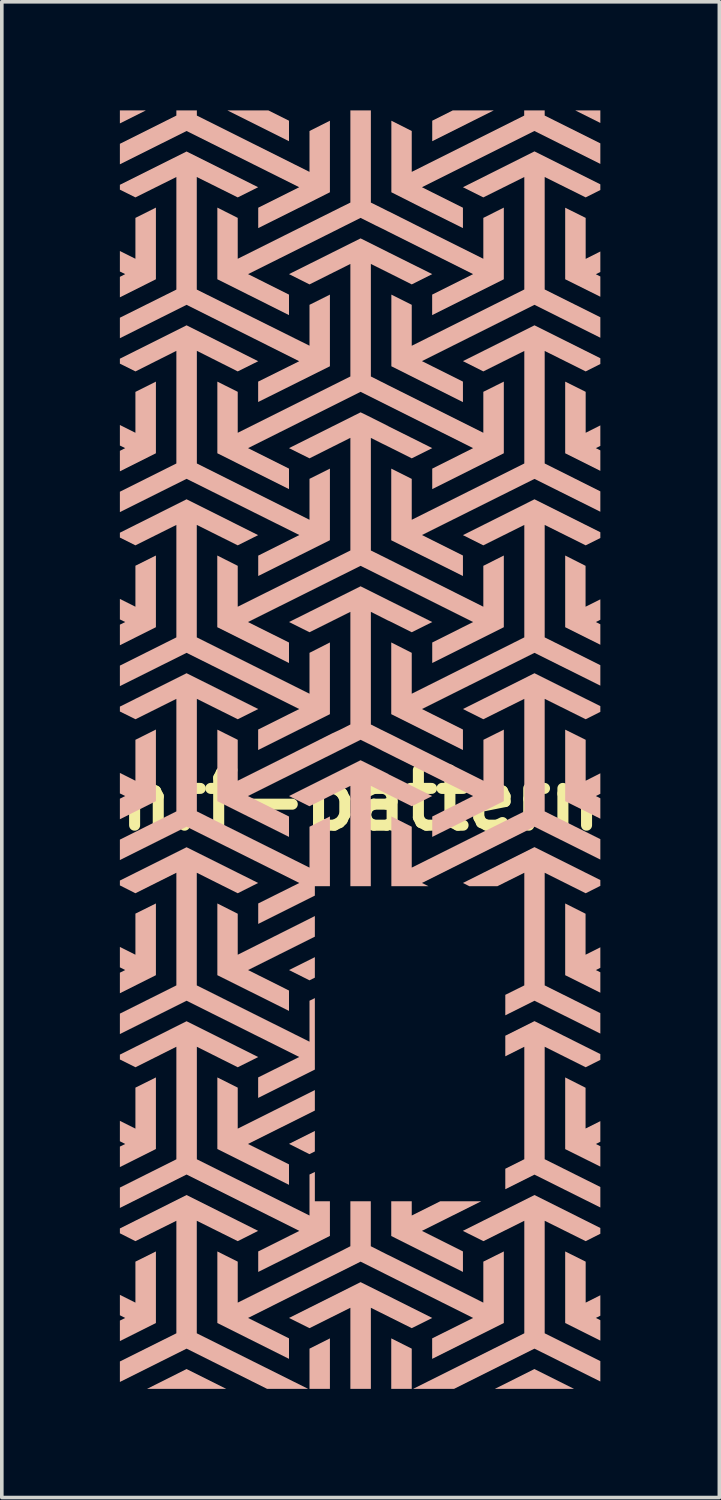
<source format=kicad_pcb>
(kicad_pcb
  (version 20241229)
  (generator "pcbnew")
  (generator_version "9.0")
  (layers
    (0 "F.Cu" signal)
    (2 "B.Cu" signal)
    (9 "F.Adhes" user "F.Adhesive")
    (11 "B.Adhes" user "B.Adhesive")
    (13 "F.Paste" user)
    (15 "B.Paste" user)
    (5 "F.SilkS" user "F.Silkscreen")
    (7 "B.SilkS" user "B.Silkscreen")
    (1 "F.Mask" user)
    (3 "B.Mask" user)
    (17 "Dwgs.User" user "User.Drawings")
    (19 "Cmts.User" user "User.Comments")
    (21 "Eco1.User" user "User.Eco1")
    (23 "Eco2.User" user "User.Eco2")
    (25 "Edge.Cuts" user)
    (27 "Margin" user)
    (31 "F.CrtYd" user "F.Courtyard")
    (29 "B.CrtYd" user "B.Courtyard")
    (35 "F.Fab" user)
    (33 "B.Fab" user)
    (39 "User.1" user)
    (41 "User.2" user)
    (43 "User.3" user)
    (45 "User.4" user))
  (footprint "nrf-pattern"
    (layer "F.Cu")
    (at 6.909 17.152)
    (property "Reference" "nrf-pattern" (at 0 1.9 0) (layer "F.SilkS") (effects (font (size 1.524 1.524) (thickness 0.305))))
    (attr exclude_from_pos_files exclude_from_bom)
    (fp_poly (pts (xy -6.648 -17.152) (xy -6.648 -16.793) (xy -5.932 -17.152) (xy -6.648 -17.152)) (stroke (width 0) (type solid)) (fill yes) (layer "B.SilkS"))
    (fp_poly (pts (xy -4.806 17.61) (xy -5.899 18.158) (xy -3.71 18.158) (xy -4.806 17.61)) (stroke (width 0) (type solid)) (fill yes) (layer "B.SilkS"))
    (fp_poly (pts (xy 4.801 17.61) (xy 3.708 18.158) (xy 5.896 18.158) (xy 4.801 17.61)) (stroke (width 0) (type solid)) (fill yes) (layer "B.SilkS"))
    (fp_poly (pts (xy 5.93 -17.152) (xy 6.622 -16.806) (xy 6.622 -17.152) (xy 5.93 -17.152)) (stroke (width 0) (type solid)) (fill yes) (layer "B.SilkS"))
    (fp_poly (pts (xy -3.677 -17.152) (xy -1.977 -16.302) (xy -1.977 -16.868) (xy -2.545 -17.152) (xy -3.677 -17.152)) (stroke (width 0) (type solid)) (fill yes) (layer "B.SilkS"))
    (fp_poly (pts (xy -1.263 6.234) (xy -1.977 6.59) (xy -1.411 6.874) (xy -1.263 6.8) (xy -1.263 6.234)) (stroke (width 0) (type solid)) (fill yes) (layer "B.SilkS"))
    (fp_poly (pts (xy -1.263 11.034) (xy -1.977 11.391) (xy -1.413 11.675) (xy -1.263 11.6) (xy -1.263 11.034)) (stroke (width 0) (type solid)) (fill yes) (layer "B.SilkS"))
    (fp_poly (pts (xy -0.847 16.763) (xy -1.411 17.047) (xy -1.411 18.158) (xy -0.847 18.158) (xy -0.847 16.763)) (stroke (width 0) (type solid)) (fill yes) (layer "B.SilkS"))
    (fp_poly (pts (xy 0.847 16.763) (xy 0.847 18.158) (xy 1.413 18.158) (xy 1.413 17.047) (xy 0.847 16.763)) (stroke (width 0) (type solid)) (fill yes) (layer "B.SilkS"))
    (fp_poly (pts (xy 2.545 -17.152) (xy 1.979 -16.868) (xy 1.979 -16.302) (xy 3.677 -17.152) (xy 2.545 -17.152)) (stroke (width 0) (type solid)) (fill yes) (layer "B.SilkS"))
    (fp_poly (pts (xy -5.653 -14.468) (xy -6.219 -14.184) (xy -6.219 -13.055) (xy -6.648 -13.269) (xy -6.648 -12.703) (xy -6.501 -12.631) (xy -6.648 -12.556) (xy -6.648 -11.99) (xy -5.653 -12.489) (xy -5.653 -14.468)) (stroke (width 0) (type solid)) (fill yes) (layer "B.SilkS"))
    (fp_poly (pts (xy -5.653 -9.662) (xy -6.219 -9.378) (xy -6.219 -8.249) (xy -6.648 -8.463) (xy -6.648 -7.897) (xy -6.501 -7.825) (xy -6.648 -7.75) (xy -6.648 -7.184) (xy -5.653 -7.683) (xy -5.653 -9.662)) (stroke (width 0) (type solid)) (fill yes) (layer "B.SilkS"))
    (fp_poly (pts (xy -5.653 -4.859) (xy -6.219 -4.577) (xy -6.219 -3.445) (xy -6.648 -3.66) (xy -6.648 -3.094) (xy -6.501 -3.022) (xy -6.648 -2.949) (xy -6.648 -2.381) (xy -5.653 -2.879) (xy -5.653 -4.859)) (stroke (width 0) (type solid)) (fill yes) (layer "B.SilkS"))
    (fp_poly (pts (xy -5.653 -0.053) (xy -6.219 0.231) (xy -6.219 1.361) (xy -6.648 1.146) (xy -6.648 1.712) (xy -6.501 1.784) (xy -6.648 1.857) (xy -6.648 2.425) (xy -5.653 1.926) (xy -5.653 -0.053)) (stroke (width 0) (type solid)) (fill yes) (layer "B.SilkS"))
    (fp_poly (pts (xy -5.653 4.751) (xy -6.219 5.032) (xy -6.219 6.167) (xy -6.648 5.952) (xy -6.648 6.515) (xy -6.501 6.59) (xy -6.648 6.663) (xy -6.648 7.231) (xy -5.653 6.732) (xy -5.653 4.751)) (stroke (width 0) (type solid)) (fill yes) (layer "B.SilkS"))
    (fp_poly (pts (xy -5.653 9.556) (xy -6.219 9.838) (xy -6.219 10.97) (xy -6.648 10.755) (xy -6.648 11.319) (xy -6.501 11.394) (xy -6.648 11.466) (xy -6.648 12.032) (xy -5.653 11.533) (xy -5.653 9.556)) (stroke (width 0) (type solid)) (fill yes) (layer "B.SilkS"))
    (fp_poly (pts (xy -5.653 14.362) (xy -6.219 14.644) (xy -6.219 15.776) (xy -6.648 15.561) (xy -6.648 16.125) (xy -6.501 16.199) (xy -6.648 16.272) (xy -6.648 16.838) (xy -5.653 16.339) (xy -5.653 14.362)) (stroke (width 0) (type solid)) (fill yes) (layer "B.SilkS"))
    (fp_poly (pts (xy -3.956 4.751) (xy -3.956 6.732) (xy -1.977 7.719) (xy -1.977 7.156) (xy -3.108 6.59) (xy -1.263 5.668) (xy -1.263 5.099) (xy -3.393 6.167) (xy -3.393 5.035) (xy -3.956 4.751)) (stroke (width 0) (type solid)) (fill yes) (layer "B.SilkS"))
    (fp_poly (pts (xy -3.956 9.556) (xy -3.956 11.533) (xy -1.977 12.523) (xy -1.977 11.957) (xy -3.111 11.394) (xy -1.263 10.471) (xy -1.263 9.905) (xy -3.393 10.97) (xy -3.393 9.838) (xy -3.956 9.556)) (stroke (width 0) (type solid)) (fill yes) (layer "B.SilkS"))
    (fp_poly (pts (xy 5.651 -14.465) (xy 5.651 -12.489) (xy 6.622 -12.006) (xy 6.622 -12.566) (xy 6.498 -12.628) (xy 6.622 -12.69) (xy 6.622 -13.256) (xy 6.217 -13.052) (xy 6.217 -14.184) (xy 5.651 -14.465)) (stroke (width 0) (type solid)) (fill yes) (layer "B.SilkS"))
    (fp_poly (pts (xy 5.651 -9.662) (xy 5.651 -7.683) (xy 6.622 -7.197) (xy 6.622 -7.763) (xy 6.498 -7.825) (xy 6.622 -7.887) (xy 6.622 -8.453) (xy 6.217 -8.249) (xy 6.217 -9.38) (xy 5.651 -9.662)) (stroke (width 0) (type solid)) (fill yes) (layer "B.SilkS"))
    (fp_poly (pts (xy 5.651 -4.859) (xy 5.651 -2.879) (xy 6.622 -2.394) (xy 6.622 -2.96) (xy 6.498 -3.022) (xy 6.622 -3.084) (xy 6.622 -3.649) (xy 6.214 -3.445) (xy 6.214 -4.574) (xy 5.651 -4.859)) (stroke (width 0) (type solid)) (fill yes) (layer "B.SilkS"))
    (fp_poly (pts (xy 5.651 -0.05) (xy 5.651 1.926) (xy 6.622 2.41) (xy 6.622 1.846) (xy 6.498 1.784) (xy 6.622 1.722) (xy 6.622 1.156) (xy 6.217 1.361) (xy 6.217 0.231) (xy 5.651 -0.05)) (stroke (width 0) (type solid)) (fill yes) (layer "B.SilkS"))
    (fp_poly (pts (xy 5.651 4.751) (xy 5.651 6.732) (xy 6.622 7.216) (xy 6.622 6.652) (xy 6.498 6.59) (xy 6.622 6.528) (xy 6.622 5.962) (xy 6.214 6.167) (xy 6.214 5.035) (xy 5.651 4.751)) (stroke (width 0) (type solid)) (fill yes) (layer "B.SilkS"))
    (fp_poly (pts (xy 5.651 9.556) (xy 5.651 11.536) (xy 6.622 12.019) (xy 6.622 11.456) (xy 6.498 11.394) (xy 6.622 11.332) (xy 6.622 10.763) (xy 6.214 10.967) (xy 6.214 9.841) (xy 5.651 9.556)) (stroke (width 0) (type solid)) (fill yes) (layer "B.SilkS"))
    (fp_poly (pts (xy 5.651 14.362) (xy 5.651 16.339) (xy 6.622 16.825) (xy 6.622 16.261) (xy 6.498 16.199) (xy 6.622 16.137) (xy 6.622 15.572) (xy 6.217 15.776) (xy 6.217 14.644) (xy 5.651 14.362)) (stroke (width 0) (type solid)) (fill yes) (layer "B.SilkS"))
    (fp_poly (pts (xy 0 15.21) (xy -1.977 16.199) (xy -1.411 16.481) (xy -0.282 15.918) (xy -0.282 18.158) (xy 0.284 18.158) (xy 0.284 15.918) (xy 1.413 16.481) (xy 1.979 16.199) (xy 0.767 15.592) (xy 0 15.21)) (stroke (width 0) (type solid)) (fill yes) (layer "B.SilkS"))
    (fp_poly (pts (xy 0 0.795) (xy -1.977 1.784) (xy -1.413 2.066) (xy -0.282 1.503) (xy -0.282 4.275) (xy 0.282 4.275) (xy 0.282 1.503) (xy 1.413 2.066) (xy 1.977 1.784) (xy 0.77 1.182) (xy 0.77 1.177) (xy 0 0.795)) (stroke (width 0) (type solid)) (fill yes) (layer "B.SilkS"))
    (fp_poly (pts (xy 0.847 12.977) (xy 0.847 13.595) (xy 0.847 13.936) (xy 1.695 14.362) (xy 2.827 14.928) (xy 2.827 14.362) (xy 1.695 13.794) (xy 3.331 12.977) (xy 2.199 12.977) (xy 1.413 13.37) (xy 1.413 12.977) (xy 0.847 12.977)) (stroke (width 0) (type solid)) (fill yes) (layer "B.SilkS"))
    (fp_poly (pts (xy 4.803 8.001) (xy 3.997 8.404) (xy 3.997 8.973) (xy 4.522 8.709) (xy 4.522 11.815) (xy 3.997 12.078) (xy 3.997 12.644) (xy 4.803 12.241) (xy 6.622 13.148) (xy 6.622 12.582) (xy 5.085 11.815) (xy 5.085 8.709) (xy 6.217 9.275) (xy 6.622 9.071) (xy 6.622 8.911) (xy 4.803 8.001)) (stroke (width 0) (type solid)) (fill yes) (layer "B.SilkS"))
    (fp_poly (pts (xy 4.519 -17.152) (xy 4.519 -17.01) (xy 1.413 -15.455) (xy 1.413 -16.584) (xy 0.85 -16.868) (xy 0.85 -15.233) (xy 0.85 -14.892) (xy 1.695 -14.465) (xy 2.827 -13.902) (xy 2.827 -14.465) (xy 1.695 -15.031) (xy 4.801 -16.584) (xy 6.622 -15.675) (xy 6.622 -16.243) (xy 5.085 -17.01) (xy 5.085 -17.152) (xy 4.519 -17.152)) (stroke (width 0) (type solid)) (fill yes) (layer "B.SilkS"))
    (fp_poly (pts (xy 4.803 3.195) (xy 2.827 4.185) (xy 3.005 4.275) (xy 3.778 4.275) (xy 4.522 3.903) (xy 4.522 7.014) (xy 3.997 7.275) (xy 3.997 7.841) (xy 4.803 7.438) (xy 6.622 8.345) (xy 6.622 7.781) (xy 5.085 7.014) (xy 5.085 3.903) (xy 6.217 4.469) (xy 6.622 4.265) (xy 6.622 4.105) (xy 4.803 3.195)) (stroke (width 0) (type solid)) (fill yes) (layer "B.SilkS"))
    (fp_poly (pts (xy -5.088 -17.152) (xy -5.088 -17.01) (xy -6.648 -16.23) (xy -6.648 -15.664) (xy -4.806 -16.584) (xy -1.695 -15.031) (xy -2.827 -14.465) (xy -2.827 -13.902) (xy -1.698 -14.465) (xy -1.695 -14.465) (xy -0.847 -14.892) (xy -0.847 -15.233) (xy -0.847 -16.868) (xy -1.411 -16.584) (xy -1.411 -15.455) (xy -4.522 -17.01) (xy -4.522 -17.152) (xy -5.088 -17.152)) (stroke (width 0) (type solid)) (fill yes) (layer "B.SilkS"))
    (fp_poly (pts (xy -4.806 12.804) (xy -6.648 13.727) (xy -6.648 13.861) (xy -6.219 14.078) (xy -5.088 13.515) (xy -5.088 14.362) (xy -5.088 15.122) (xy -5.088 16.623) (xy -6.648 17.401) (xy -6.648 17.967) (xy -4.806 17.047) (xy -2.581 18.158) (xy -1.447 18.158) (xy -4.524 16.623) (xy -4.524 15.122) (xy -4.524 14.362) (xy -4.524 13.515) (xy -3.393 14.078) (xy -2.829 13.794) (xy -4.806 12.804)) (stroke (width 0) (type solid)) (fill yes) (layer "B.SilkS"))
    (fp_poly (pts (xy 4.803 12.804) (xy 2.824 13.794) (xy 3.393 14.078) (xy 4.522 13.515) (xy 4.522 14.362) (xy 4.522 15.122) (xy 4.522 16.623) (xy 1.45 18.158) (xy 2.581 18.158) (xy 4.803 17.047) (xy 6.622 17.954) (xy 6.622 17.391) (xy 5.085 16.623) (xy 5.085 15.122) (xy 5.085 14.362) (xy 5.085 13.515) (xy 6.217 14.078) (xy 6.622 13.874) (xy 6.622 13.714) (xy 4.803 12.804)) (stroke (width 0) (type solid)) (fill yes) (layer "B.SilkS"))
    (fp_poly (pts (xy -4.806 -11.217) (xy -6.648 -10.295) (xy -6.648 -10.158) (xy -6.217 -9.944) (xy -5.088 -10.512) (xy -5.088 -7.401) (xy -6.648 -6.621) (xy -6.648 -6.058) (xy -4.806 -6.977) (xy -1.692 -5.425) (xy -2.827 -4.856) (xy -2.827 -4.293) (xy -0.847 -5.282) (xy -0.847 -7.259) (xy -1.411 -6.977) (xy -1.411 -5.846) (xy -4.522 -7.401) (xy -4.522 -10.512) (xy -3.393 -9.944) (xy -2.827 -10.225) (xy -4.806 -11.217)) (stroke (width 0) (type solid)) (fill yes) (layer "B.SilkS"))
    (fp_poly (pts (xy -4.806 3.198) (xy -6.648 4.118) (xy -6.648 4.252) (xy -6.219 4.469) (xy -5.088 3.903) (xy -5.088 7.014) (xy -6.648 7.794) (xy -6.648 8.358) (xy -4.806 7.438) (xy -1.695 8.991) (xy -2.829 9.556) (xy -2.829 10.122) (xy -1.263 9.339) (xy -1.263 7.365) (xy -1.411 7.438) (xy -1.411 8.569) (xy -4.524 7.014) (xy -4.524 3.903) (xy -3.393 4.469) (xy -2.829 4.185) (xy -4.806 3.198)) (stroke (width 0) (type solid)) (fill yes) (layer "B.SilkS"))
    (fp_poly (pts (xy 4.803 -11.217) (xy 2.827 -10.228) (xy 3.39 -9.944) (xy 4.522 -10.509) (xy 4.522 -7.401) (xy 1.413 -5.846) (xy 1.413 -6.975) (xy 0.847 -7.259) (xy 0.847 -5.28) (xy 2.827 -4.293) (xy 2.827 -4.859) (xy 1.695 -5.425) (xy 4.803 -6.975) (xy 6.622 -6.068) (xy 6.622 -6.631) (xy 5.085 -7.401) (xy 5.085 -10.509) (xy 6.217 -9.944) (xy 6.622 -10.148) (xy 6.622 -10.308) (xy 4.803 -11.217)) (stroke (width 0) (type solid)) (fill yes) (layer "B.SilkS"))
    (fp_poly (pts (xy 4.803 -6.412) (xy 2.827 -5.422) (xy 3.39 -5.14) (xy 4.522 -5.704) (xy 4.522 -2.598) (xy 1.413 -1.042) (xy 1.413 -2.171) (xy 0.847 -2.458) (xy 0.847 -0.82) (xy 0.847 -0.477) (xy 1.695 -0.053) (xy 2.827 0.513) (xy 2.827 -0.053) (xy 1.695 -0.619) (xy 4.803 -2.171) (xy 6.622 -1.265) (xy 6.622 -1.83) (xy 5.085 -2.598) (xy 5.085 -5.704) (xy 6.217 -5.14) (xy 6.622 -5.342) (xy 6.622 -5.502) (xy 4.803 -6.412)) (stroke (width 0) (type solid)) (fill yes) (layer "B.SilkS"))
    (fp_poly (pts (xy -4.806 -6.412) (xy -6.648 -5.489) (xy -6.648 -5.355) (xy -6.219 -5.14) (xy -5.088 -5.704) (xy -5.088 -2.598) (xy -6.648 -1.818) (xy -6.648 -1.252) (xy -4.806 -2.171) (xy -1.695 -0.619) (xy -2.829 -0.053) (xy -2.829 0.513) (xy -1.698 -0.053) (xy -1.695 -0.053) (xy -0.847 -0.477) (xy -0.847 -0.82) (xy -0.847 -2.458) (xy -1.411 -2.171) (xy -1.411 -1.042) (xy -4.524 -2.598) (xy -4.524 -5.704) (xy -3.393 -5.14) (xy -2.829 -5.422) (xy -4.806 -6.412)) (stroke (width 0) (type solid)) (fill yes) (layer "B.SilkS"))
    (fp_poly (pts (xy 4.803 -1.608) (xy 2.827 -0.619) (xy 3.39 -0.337) (xy 4.522 -0.9) (xy 4.522 -0.053) (xy 4.522 0.709) (xy 4.522 2.208) (xy 1.413 3.761) (xy 1.413 2.632) (xy 0.85 2.348) (xy 0.85 4.275) (xy 1.876 4.275) (xy 1.695 4.185) (xy 4.803 2.632) (xy 6.622 3.539) (xy 6.622 2.975) (xy 5.085 2.208) (xy 5.085 0.709) (xy 5.085 -0.053) (xy 5.085 -0.9) (xy 6.217 -0.337) (xy 6.622 -0.541) (xy 6.622 -0.699) (xy 4.803 -1.608)) (stroke (width 0) (type solid)) (fill yes) (layer "B.SilkS"))
    (fp_poly (pts (xy -4.806 -16.018) (xy -6.648 -15.098) (xy -6.648 -14.964) (xy -6.219 -14.75) (xy -5.088 -15.313) (xy -5.088 -14.468) (xy -5.088 -13.706) (xy -5.088 -12.204) (xy -6.648 -11.427) (xy -6.648 -10.861) (xy -4.806 -11.783) (xy -1.695 -10.225) (xy -2.829 -9.662) (xy -2.829 -9.099) (xy -0.847 -10.086) (xy -0.847 -12.065) (xy -1.411 -11.783) (xy -1.411 -10.654) (xy -4.524 -12.204) (xy -4.524 -13.706) (xy -4.524 -14.468) (xy -4.524 -15.313) (xy -3.393 -14.75) (xy -2.829 -15.031) (xy -4.806 -16.018)) (stroke (width 0) (type solid)) (fill yes) (layer "B.SilkS"))
    (fp_poly (pts (xy 4.803 -16.021) (xy 2.827 -15.031) (xy 3.39 -14.75) (xy 4.522 -15.313) (xy 4.522 -14.465) (xy 4.522 -13.703) (xy 4.522 -12.207) (xy 1.413 -10.652) (xy 1.413 -11.783) (xy 0.85 -12.065) (xy 0.85 -10.086) (xy 2.827 -9.096) (xy 2.827 -9.662) (xy 1.695 -10.228) (xy 4.803 -11.783) (xy 6.622 -10.874) (xy 6.622 -11.44) (xy 5.085 -12.207) (xy 5.085 -13.703) (xy 5.085 -14.465) (xy 5.085 -15.313) (xy 6.217 -14.75) (xy 6.622 -14.954) (xy 6.622 -15.111) (xy 4.803 -16.021)) (stroke (width 0) (type solid)) (fill yes) (layer "B.SilkS"))
    (fp_poly (pts (xy -4.806 8.004) (xy -6.648 8.926) (xy -6.648 9.06) (xy -6.217 9.275) (xy -5.088 8.709) (xy -5.088 11.817) (xy -6.648 12.598) (xy -6.648 13.161) (xy -4.806 12.238) (xy -1.692 13.794) (xy -2.827 14.362) (xy -2.827 14.928) (xy -1.692 14.362) (xy -1.698 14.362) (xy -0.847 13.933) (xy -0.847 13.595) (xy -0.847 12.977) (xy -1.263 12.977) (xy -1.263 12.166) (xy -1.411 12.238) (xy -1.411 13.37) (xy -4.522 11.817) (xy -4.522 8.709) (xy -3.393 9.275) (xy -2.827 8.993) (xy -4.806 8.004)) (stroke (width 0) (type solid)) (fill yes) (layer "B.SilkS"))
    (fp_poly (pts (xy -4.806 -1.608) (xy -6.648 -0.686) (xy -6.648 -0.551) (xy -6.217 -0.337) (xy -5.088 -0.9) (xy -5.088 -0.053) (xy -5.088 0.709) (xy -5.088 2.208) (xy -6.648 2.988) (xy -6.648 3.552) (xy -4.806 2.632) (xy -1.692 4.185) (xy -2.827 4.751) (xy -2.827 5.316) (xy -1.263 4.534) (xy -1.263 4.275) (xy -0.847 4.275) (xy -0.847 2.348) (xy -1.411 2.632) (xy -1.411 3.761) (xy -4.522 2.208) (xy -4.522 0.709) (xy -4.522 -0.053) (xy -4.522 -0.9) (xy -3.393 -0.337) (xy -2.827 -0.619) (xy -4.806 -1.608)) (stroke (width 0) (type solid)) (fill yes) (layer "B.SilkS"))
    (fp_poly (pts (xy 0 -13.618) (xy -1.977 -12.631) (xy -1.411 -12.347) (xy -0.282 -12.912) (xy -0.282 -9.804) (xy -3.393 -8.249) (xy -3.393 -9.38) (xy -3.956 -9.662) (xy -3.956 -7.683) (xy -1.977 -6.693) (xy -1.977 -7.259) (xy -3.108 -7.825) (xy 0 -9.38) (xy 3.108 -7.825) (xy 1.979 -7.259) (xy 1.979 -6.693) (xy 3.956 -7.683) (xy 3.956 -9.662) (xy 3.39 -9.38) (xy 3.39 -8.249) (xy 0.77 -9.559) (xy 0.284 -9.804) (xy 0.284 -12.912) (xy 0.77 -12.67) (xy 1.413 -12.347) (xy 1.979 -12.631) (xy 0.77 -13.233) (xy 0 -13.618)) (stroke (width 0) (type solid)) (fill yes) (layer "B.SilkS"))
    (fp_poly (pts (xy -0.282 12.977) (xy -0.282 13.592) (xy -0.282 14.218) (xy -0.563 14.362) (xy -0.762 14.461) (xy -2.09 15.125) (xy -3.393 15.776) (xy -3.393 14.644) (xy -3.956 14.362) (xy -3.956 16.339) (xy -1.977 17.329) (xy -1.977 16.763) (xy -3.108 16.199) (xy 0 14.644) (xy 3.108 16.199) (xy 1.977 16.763) (xy 1.977 17.329) (xy 3.956 16.339) (xy 3.956 14.362) (xy 3.39 14.644) (xy 3.39 15.776) (xy 2.095 15.127) (xy 0.77 14.463) (xy 0.765 14.463) (xy 0.566 14.362) (xy 0.282 14.218) (xy 0.282 13.592) (xy 0.282 12.977) (xy -0.282 12.977)) (stroke (width 0) (type solid)) (fill yes) (layer "B.SilkS"))
    (fp_poly (pts (xy 0 -8.814) (xy -1.977 -7.825) (xy -1.411 -7.543) (xy -0.282 -8.109) (xy -0.282 -4.998) (xy -3.393 -3.445) (xy -3.393 -4.574) (xy -3.958 -4.859) (xy -3.958 -2.879) (xy -1.977 -1.89) (xy -1.977 -2.456) (xy -3.111 -3.022) (xy 0 -4.574) (xy 0.773 -4.189) (xy 3.108 -3.022) (xy 1.979 -2.456) (xy 1.979 -1.89) (xy 3.956 -2.879) (xy 3.956 -4.859) (xy 3.39 -4.574) (xy 3.39 -3.445) (xy 0.767 -4.758) (xy 0.284 -4.998) (xy 0.284 -8.107) (xy 0.579 -7.959) (xy 0.773 -7.864) (xy 1.413 -7.543) (xy 1.979 -7.825) (xy 0.767 -8.43) (xy 0.767 -8.432) (xy 0.202 -8.716) (xy 0 -8.814)) (stroke (width 0) (type solid)) (fill yes) (layer "B.SilkS"))
    (fp_poly (pts (xy -0.282 -17.152) (xy -0.282 -15.233) (xy -0.282 -14.607) (xy -0.563 -14.468) (xy -0.765 -14.367) (xy -2.09 -13.706) (xy -3.393 -13.055) (xy -3.393 -14.184) (xy -3.956 -14.468) (xy -3.956 -12.489) (xy -1.977 -11.499) (xy -1.977 -12.065) (xy -3.108 -12.631) (xy -0.964 -13.701) (xy 0 -14.184) (xy 0.429 -13.969) (xy 0.615 -13.879) (xy 0.773 -13.799) (xy 0.969 -13.701) (xy 3.108 -12.631) (xy 1.977 -12.065) (xy 1.977 -11.499) (xy 3.956 -12.489) (xy 3.956 -14.468) (xy 3.39 -14.184) (xy 3.39 -13.055) (xy 2.095 -13.701) (xy 0.77 -14.367) (xy 0.765 -14.367) (xy 0.566 -14.468) (xy 0.284 -14.607) (xy 0.284 -15.233) (xy 0.284 -17.152) (xy -0.282 -17.152)) (stroke (width 0) (type solid)) (fill yes) (layer "B.SilkS"))
    (fp_poly (pts (xy 0 -4.009) (xy -1.977 -3.022) (xy -1.411 -2.74) (xy -0.282 -3.303) (xy -0.282 -0.82) (xy -0.282 -0.192) (xy -0.563 -0.05) (xy -0.765 0.043) (xy -2.09 0.709) (xy -3.393 1.361) (xy -3.393 0.231) (xy -3.956 -0.05) (xy -3.956 1.926) (xy -1.977 2.913) (xy -1.977 2.35) (xy -3.111 1.784) (xy 0 0.231) (xy 0.429 0.443) (xy 0.612 0.539) (xy 0.628 0.547) (xy 3.108 1.784) (xy 1.979 2.35) (xy 1.979 2.913) (xy 3.956 1.926) (xy 3.956 -0.05) (xy 3.393 0.231) (xy 3.393 1.361) (xy 2.095 0.712) (xy 0.767 0.048) (xy 0.765 0.048) (xy 0.566 -0.05) (xy 0.284 -0.192) (xy 0.284 -0.82) (xy 0.284 -3.303) (xy 0.775 -3.055) (xy 0.775 -3.058) (xy 1.413 -2.74) (xy 1.979 -3.022) (xy 0.765 -3.626) (xy 0 -4.009)) (stroke (width 0) (type solid)) (fill yes) (layer "B.SilkS")))
  (gr_rect
    (start -3 -3)
    (end 16.818 38.311)
    (stroke (width 0.1) (type default))
    (fill no)
    (layer "Edge.Cuts")))
</source>
